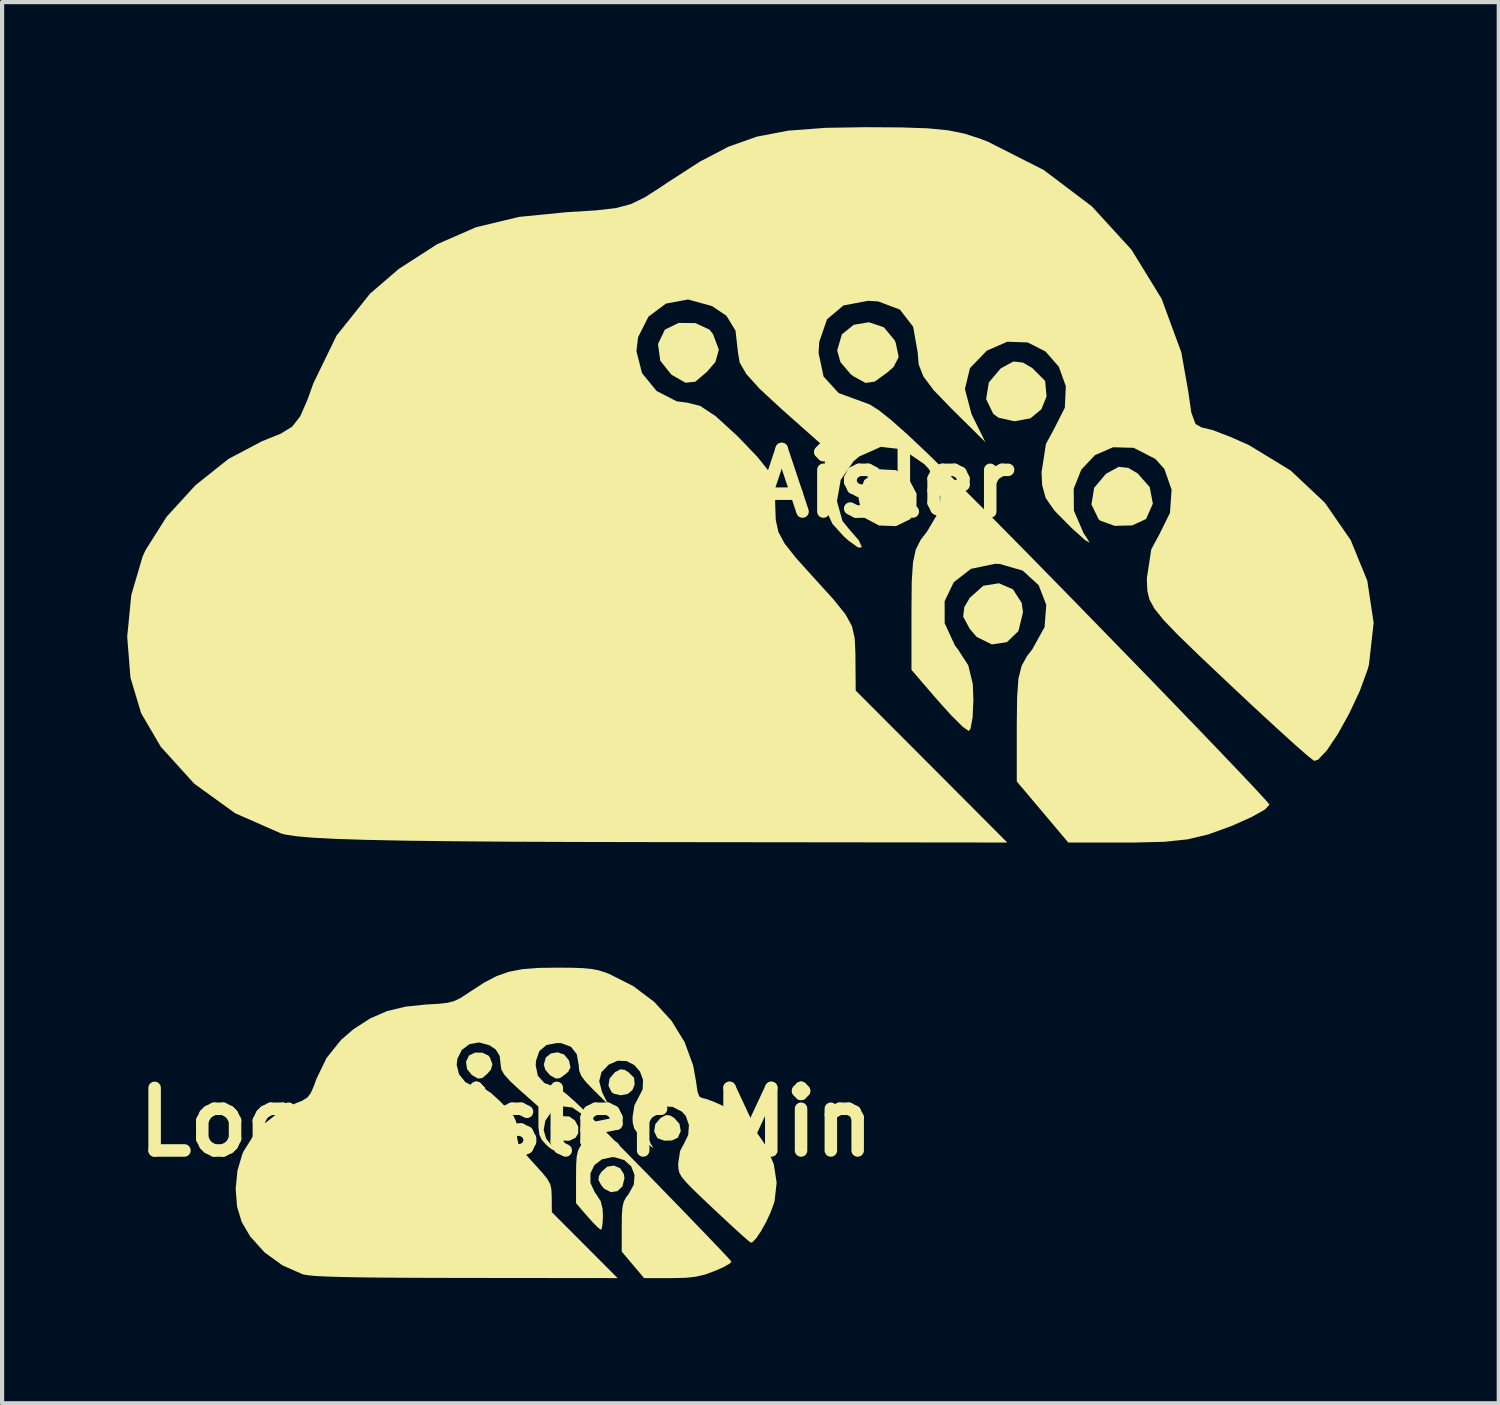
<source format=kicad_pcb>
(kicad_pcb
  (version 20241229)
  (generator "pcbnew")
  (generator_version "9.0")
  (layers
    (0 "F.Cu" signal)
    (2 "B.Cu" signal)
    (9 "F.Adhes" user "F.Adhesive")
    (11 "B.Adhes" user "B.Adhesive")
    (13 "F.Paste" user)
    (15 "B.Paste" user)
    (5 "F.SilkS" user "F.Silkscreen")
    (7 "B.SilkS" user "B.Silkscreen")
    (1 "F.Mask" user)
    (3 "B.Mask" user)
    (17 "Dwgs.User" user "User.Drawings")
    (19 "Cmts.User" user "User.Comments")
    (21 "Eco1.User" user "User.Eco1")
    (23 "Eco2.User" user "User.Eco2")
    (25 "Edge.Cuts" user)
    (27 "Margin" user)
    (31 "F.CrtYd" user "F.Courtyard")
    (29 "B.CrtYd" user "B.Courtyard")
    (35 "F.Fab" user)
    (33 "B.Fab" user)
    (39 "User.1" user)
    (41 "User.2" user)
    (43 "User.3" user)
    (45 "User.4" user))
  (footprint "Logo Aisler Min"
    (layer "F.Cu")
    (at 9.086 23.857)
    (property "Reference" "Logo Aisler Min" (at 0 0 0) (layer "F.SilkS") (effects (font (size 1.5 1.5) (thickness 0.3))))
    (attr exclude_from_pos_files exclude_from_bom allow_missing_courtyard)
    (fp_poly (pts (xy 1.515 -0.136) (xy 1.65 -0.04) (xy 1.729 0.108) (xy 1.728 0.269) (xy 1.663 0.374) (xy 1.515 0.446) (xy 1.338 0.44) (xy 1.191 0.361) (xy 1.156 0.314) (xy 1.122 0.136) (xy 1.185 -0.032) (xy 1.324 -0.139) (xy 1.344 -0.145)) (stroke (width 0) (type solid)) (fill yes) (layer "F.SilkS"))
    (fp_poly (pts (xy 2.732 1.104) (xy 2.824 1.247) (xy 2.837 1.343) (xy 2.789 1.539) (xy 2.669 1.654) (xy 2.513 1.678) (xy 2.354 1.599) (xy 2.283 1.515) (xy 2.214 1.389) (xy 2.225 1.29) (xy 2.283 1.193) (xy 2.424 1.067) (xy 2.586 1.041)) (stroke (width 0) (type solid)) (fill yes) (layer "F.SilkS"))
    (fp_poly (pts (xy -0.573 -1.667) (xy -0.428 -1.599) (xy -0.389 -1.551) (xy -0.329 -1.39) (xy -0.364 -1.262) (xy -0.451 -1.16) (xy -0.574 -1.056) (xy -0.676 -1.046) (xy -0.814 -1.125) (xy -0.824 -1.132) (xy -0.938 -1.275) (xy -0.962 -1.449) (xy -0.89 -1.599) (xy -0.747 -1.668)) (stroke (width 0) (type solid)) (fill yes) (layer "F.SilkS"))
    (fp_poly (pts (xy 2.836 -1.256) (xy 2.933 -1.199) (xy 3.067 -1.065) (xy 3.082 -0.904) (xy 3.028 -0.769) (xy 2.914 -0.676) (xy 2.745 -0.645) (xy 2.581 -0.683) (xy 2.527 -0.722) (xy 2.453 -0.875) (xy 2.481 -1.048) (xy 2.603 -1.193) (xy 2.611 -1.199) (xy 2.737 -1.267)) (stroke (width 0) (type solid)) (fill yes) (layer "F.SilkS"))
    (fp_poly (pts (xy 1.389 -1.623) (xy 1.502 -1.487) (xy 1.512 -1.46) (xy 1.543 -1.314) (xy 1.489 -1.21) (xy 1.426 -1.154) (xy 1.294 -1.058) (xy 1.198 -1.044) (xy 1.08 -1.108) (xy 1.046 -1.132) (xy 0.937 -1.26) (xy 0.903 -1.382) (xy 0.952 -1.55) (xy 1.075 -1.649) (xy 1.234 -1.675)) (stroke (width 0) (type solid)) (fill yes) (layer "F.SilkS"))
    (fp_poly (pts (xy 3.932 -0.16) (xy 4.029 -0.103) (xy 4.155 0.04) (xy 4.188 0.212) (xy 4.119 0.367) (xy 4.113 0.374) (xy 3.973 0.439) (xy 3.792 0.443) (xy 3.64 0.389) (xy 3.623 0.374) (xy 3.549 0.221) (xy 3.577 0.048) (xy 3.698 -0.097) (xy 3.707 -0.103) (xy 3.833 -0.171)) (stroke (width 0) (type solid)) (fill yes) (layer "F.SilkS"))
    (fp_poly (pts (xy 1.569 -3.703) (xy 1.846 -3.693) (xy 2.055 -3.673) (xy 2.226 -3.639) (xy 2.387 -3.587) (xy 2.472 -3.554) (xy 3.052 -3.26) (xy 3.553 -2.882) (xy 3.966 -2.43) (xy 4.279 -1.92) (xy 4.484 -1.362) (xy 4.556 -0.96) (xy 4.588 -0.735) (xy 4.632 -0.616) (xy 4.696 -0.58) (xy 4.699 -0.58) (xy 4.808 -0.554) (xy 4.991 -0.485) (xy 5.19 -0.396) (xy 5.622 -0.132) (xy 5.978 0.203) (xy 6.247 0.591) (xy 6.419 1.014) (xy 6.486 1.452) (xy 6.437 1.888) (xy 6.421 1.944) (xy 6.341 2.163) (xy 6.233 2.395) (xy 6.113 2.61) (xy 5.998 2.781) (xy 5.906 2.878) (xy 5.867 2.889) (xy 5.803 2.84) (xy 5.663 2.717) (xy 5.461 2.534) (xy 5.214 2.305) (xy 4.967 2.074) (xy 4.668 1.791) (xy 4.45 1.579) (xy 4.3 1.423) (xy 4.205 1.306) (xy 4.153 1.211) (xy 4.131 1.122) (xy 4.126 1.023) (xy 4.126 0.988) (xy 4.172 0.687) (xy 4.255 0.533) (xy 4.366 0.309) (xy 4.383 0.067) (xy 4.307 -0.149) (xy 4.214 -0.253) (xy 3.989 -0.368) (xy 3.774 -0.375) (xy 3.586 -0.293) (xy 3.443 -0.142) (xy 3.364 0.057) (xy 3.366 0.285) (xy 3.468 0.521) (xy 3.492 0.555) (xy 3.53 0.619) (xy 3.484 0.592) (xy 3.357 0.479) (xy 3.331 0.454) (xy 3.164 0.284) (xy 3.073 0.154) (xy 3.036 0.019) (xy 3.03 -0.116) (xy 3.076 -0.408) (xy 3.159 -0.563) (xy 3.272 -0.786) (xy 3.283 -1.01) (xy 3.21 -1.212) (xy 3.071 -1.371) (xy 2.886 -1.465) (xy 2.673 -1.473) (xy 2.46 -1.38) (xy 2.285 -1.198) (xy 2.232 -0.981) (xy 2.3 -0.722) (xy 2.316 -0.688) (xy 2.445 -0.428) (xy 2.093 -0.776) (xy 1.907 -0.969) (xy 1.8 -1.112) (xy 1.751 -1.238) (xy 1.741 -1.361) (xy 1.694 -1.629) (xy 1.555 -1.807) (xy 1.33 -1.892) (xy 1.225 -1.899) (xy 0.968 -1.85) (xy 0.797 -1.706) (xy 0.716 -1.47) (xy 0.709 -1.357) (xy 0.762 -1.11) (xy 0.919 -0.938) (xy 1.177 -0.844) (xy 1.244 -0.819) (xy 1.337 -0.759) (xy 1.465 -0.658) (xy 1.635 -0.507) (xy 1.855 -0.299) (xy 2.132 -0.027) (xy 2.475 0.316) (xy 2.891 0.737) (xy 3.385 1.241) (xy 3.8 1.668) (xy 4.188 2.067) (xy 4.537 2.429) (xy 4.84 2.744) (xy 5.087 3.002) (xy 5.269 3.195) (xy 5.376 3.312) (xy 5.402 3.345) (xy 5.356 3.394) (xy 5.218 3.472) (xy 5.017 3.562) (xy 4.998 3.57) (xy 4.766 3.654) (xy 4.552 3.705) (xy 4.31 3.731) (xy 3.994 3.739) (xy 3.942 3.739) (xy 3.308 3.739) (xy 3.04 3.421) (xy 2.772 3.104) (xy 2.772 2.512) (xy 2.775 2.224) (xy 2.79 2.032) (xy 2.822 1.901) (xy 2.879 1.797) (xy 2.933 1.729) (xy 3.061 1.498) (xy 3.079 1.265) (xy 2.999 1.06) (xy 2.833 0.909) (xy 2.594 0.84) (xy 2.546 0.838) (xy 2.296 0.891) (xy 2.116 1.03) (xy 2.021 1.228) (xy 2.022 1.457) (xy 2.13 1.691) (xy 2.16 1.729) (xy 2.267 1.895) (xy 2.314 2.089) (xy 2.321 2.25) (xy 2.312 2.436) (xy 2.29 2.555) (xy 2.272 2.579) (xy 2.209 2.533) (xy 2.089 2.415) (xy 1.95 2.26) (xy 1.676 1.942) (xy 1.676 1.319) (xy 1.679 1.024) (xy 1.692 0.825) (xy 1.721 0.691) (xy 1.772 0.588) (xy 1.837 0.504) (xy 1.971 0.278) (xy 1.978 0.063) (xy 1.857 -0.149) (xy 1.81 -0.198) (xy 1.587 -0.352) (xy 1.358 -0.379) (xy 1.133 -0.279) (xy 1.073 -0.229) (xy 0.94 -0.035) (xy 0.9 0.187) (xy 0.958 0.392) (xy 1.031 0.484) (xy 1.128 0.593) (xy 1.16 0.667) (xy 1.12 0.669) (xy 1.02 0.596) (xy 0.967 0.548) (xy 0.854 0.423) (xy 0.796 0.296) (xy 0.775 0.116) (xy 0.774 -0.005) (xy 0.774 -0.374) (xy 0.322 -0.774) (xy 0.097 -0.982) (xy -0.042 -1.136) (xy -0.112 -1.256) (xy -0.129 -1.355) (xy -0.155 -1.588) (xy -0.25 -1.743) (xy -0.399 -1.844) (xy -0.649 -1.912) (xy -0.879 -1.87) (xy -1.061 -1.734) (xy -1.169 -1.52) (xy -1.186 -1.374) (xy -1.128 -1.146) (xy -0.977 -0.96) (xy -0.767 -0.852) (xy -0.655 -0.838) (xy -0.524 -0.805) (xy -0.361 -0.698) (xy -0.146 -0.501) (xy -0.111 -0.466) (xy 0.073 -0.275) (xy 0.183 -0.137) (xy 0.238 -0.017) (xy 0.257 0.12) (xy 0.258 0.228) (xy 0.264 0.383) (xy 0.291 0.507) (xy 0.357 0.629) (xy 0.479 0.782) (xy 0.672 0.997) (xy 0.674 0.999) (xy 0.868 1.213) (xy 0.99 1.365) (xy 1.057 1.487) (xy 1.085 1.613) (xy 1.093 1.773) (xy 1.093 1.804) (xy 1.096 2.158) (xy 1.885 2.948) (xy 2.673 3.739) (xy -0.968 3.735) (xy -1.796 3.733) (xy -2.503 3.73) (xy -3.1 3.726) (xy -3.594 3.719) (xy -3.995 3.711) (xy -4.311 3.701) (xy -4.552 3.689) (xy -4.726 3.673) (xy -4.842 3.656) (xy -4.881 3.646) (xy -5.362 3.434) (xy -5.789 3.126) (xy -6.136 2.742) (xy -6.341 2.393) (xy -6.452 2.024) (xy -6.485 1.598) (xy -6.443 1.163) (xy -6.325 0.763) (xy -6.295 0.697) (xy -6.076 0.349) (xy -5.775 0.021) (xy -5.432 -0.253) (xy -5.082 -0.438) (xy -5.078 -0.439) (xy -4.89 -0.514) (xy -4.769 -0.589) (xy -4.685 -0.697) (xy -4.609 -0.871) (xy -4.548 -1.04) (xy -4.307 -1.537) (xy -3.959 -1.972) (xy -3.661 -2.229) (xy -3.259 -2.488) (xy -2.855 -2.664) (xy -2.409 -2.771) (xy -1.905 -2.822) (xy -1.608 -2.839) (xy -1.401 -2.863) (xy -1.244 -2.905) (xy -1.098 -2.975) (xy -0.925 -3.087) (xy -0.863 -3.129) (xy -0.526 -3.347) (xy -0.228 -3.503) (xy 0.067 -3.607) (xy 0.392 -3.669) (xy 0.782 -3.699) (xy 1.193 -3.705)) (stroke (width 0) (type solid)) (fill yes) (layer "F.SilkS")))
  (footprint "Logo Aisler"
    (layer "F.Cu")
    (at 14.943 8.537)
    (property "Reference" "Logo Aisler" (at 0 0 0) (layer "F.SilkS") (effects (font (size 1.5 1.5) (thickness 0.3))))
    (attr exclude_from_pos_files exclude_from_bom allow_missing_courtyard)
    (fp_poly (pts (xy 3.49 -0.314) (xy 3.803 -0.092) (xy 3.984 0.248) (xy 3.98 0.619) (xy 3.832 0.862) (xy 3.49 1.028) (xy 3.082 1.013) (xy 2.744 0.832) (xy 2.664 0.724) (xy 2.585 0.313) (xy 2.73 -0.074) (xy 3.051 -0.32) (xy 3.097 -0.334)) (stroke (width 0) (type solid)) (fill yes) (layer "F.SilkS"))
    (fp_poly (pts (xy 6.296 2.544) (xy 6.506 2.872) (xy 6.536 3.095) (xy 6.426 3.545) (xy 6.151 3.81) (xy 5.79 3.865) (xy 5.425 3.685) (xy 5.259 3.491) (xy 5.102 3.2) (xy 5.128 2.971) (xy 5.259 2.748) (xy 5.584 2.458) (xy 5.959 2.398)) (stroke (width 0) (type solid)) (fill yes) (layer "F.SilkS"))
    (fp_poly (pts (xy -1.32 -3.84) (xy -0.985 -3.685) (xy -0.896 -3.575) (xy -0.757 -3.203) (xy -0.839 -2.907) (xy -1.04 -2.674) (xy -1.322 -2.434) (xy -1.556 -2.41) (xy -1.875 -2.592) (xy -1.898 -2.608) (xy -2.161 -2.937) (xy -2.216 -3.338) (xy -2.05 -3.684) (xy -1.721 -3.844)) (stroke (width 0) (type solid)) (fill yes) (layer "F.SilkS"))
    (fp_poly (pts (xy 6.535 -2.893) (xy 6.758 -2.762) (xy 7.067 -2.453) (xy 7.101 -2.082) (xy 6.976 -1.773) (xy 6.714 -1.556) (xy 6.325 -1.486) (xy 5.947 -1.573) (xy 5.823 -1.664) (xy 5.652 -2.017) (xy 5.716 -2.415) (xy 5.997 -2.749) (xy 6.016 -2.762) (xy 6.307 -2.919)) (stroke (width 0) (type solid)) (fill yes) (layer "F.SilkS"))
    (fp_poly (pts (xy 3.2 -3.739) (xy 3.46 -3.426) (xy 3.485 -3.364) (xy 3.556 -3.027) (xy 3.432 -2.788) (xy 3.286 -2.658) (xy 2.981 -2.437) (xy 2.761 -2.405) (xy 2.488 -2.554) (xy 2.41 -2.608) (xy 2.159 -2.904) (xy 2.08 -3.184) (xy 2.194 -3.571) (xy 2.478 -3.8) (xy 2.843 -3.86)) (stroke (width 0) (type solid)) (fill yes) (layer "F.SilkS"))
    (fp_poly (pts (xy 9.06 -0.368) (xy 9.284 -0.236) (xy 9.574 0.091) (xy 9.65 0.489) (xy 9.491 0.847) (xy 9.477 0.862) (xy 9.155 1.011) (xy 8.736 1.022) (xy 8.387 0.896) (xy 8.348 0.862) (xy 8.177 0.508) (xy 8.242 0.11) (xy 8.522 -0.223) (xy 8.541 -0.236) (xy 8.832 -0.394)) (stroke (width 0) (type solid)) (fill yes) (layer "F.SilkS"))
    (fp_poly (pts (xy 3.615 -8.532) (xy 4.254 -8.51) (xy 4.735 -8.463) (xy 5.128 -8.384) (xy 5.501 -8.264) (xy 5.695 -8.189) (xy 7.031 -7.512) (xy 8.187 -6.639) (xy 9.137 -5.6) (xy 9.86 -4.423) (xy 10.332 -3.139) (xy 10.497 -2.212) (xy 10.572 -1.694) (xy 10.673 -1.42) (xy 10.82 -1.337) (xy 10.827 -1.337) (xy 11.079 -1.276) (xy 11.5 -1.116) (xy 11.957 -0.913) (xy 12.954 -0.305) (xy 13.774 0.467) (xy 14.393 1.362) (xy 14.791 2.336) (xy 14.944 3.346) (xy 14.831 4.351) (xy 14.795 4.479) (xy 14.61 4.984) (xy 14.36 5.517) (xy 14.085 6.013) (xy 13.821 6.407) (xy 13.608 6.631) (xy 13.518 6.657) (xy 13.371 6.544) (xy 13.047 6.26) (xy 12.582 5.838) (xy 12.013 5.312) (xy 11.445 4.779) (xy 10.755 4.126) (xy 10.252 3.638) (xy 9.907 3.279) (xy 9.689 3.009) (xy 9.569 2.79) (xy 9.518 2.586) (xy 9.507 2.357) (xy 9.506 2.277) (xy 9.612 1.584) (xy 9.804 1.229) (xy 10.06 0.711) (xy 10.099 0.154) (xy 9.925 -0.344) (xy 9.709 -0.583) (xy 9.191 -0.849) (xy 8.695 -0.863) (xy 8.262 -0.674) (xy 7.934 -0.327) (xy 7.752 0.132) (xy 7.757 0.657) (xy 7.99 1.201) (xy 8.046 1.28) (xy 8.135 1.426) (xy 8.027 1.365) (xy 7.735 1.103) (xy 7.675 1.046) (xy 7.289 0.655) (xy 7.08 0.354) (xy 6.995 0.045) (xy 6.981 -0.267) (xy 7.086 -0.941) (xy 7.278 -1.296) (xy 7.539 -1.812) (xy 7.563 -2.327) (xy 7.395 -2.793) (xy 7.076 -3.159) (xy 6.65 -3.376) (xy 6.158 -3.393) (xy 5.668 -3.179) (xy 5.265 -2.761) (xy 5.143 -2.26) (xy 5.3 -1.663) (xy 5.337 -1.585) (xy 5.634 -0.986) (xy 4.822 -1.788) (xy 4.394 -2.232) (xy 4.147 -2.561) (xy 4.034 -2.851) (xy 4.011 -3.135) (xy 3.902 -3.753) (xy 3.584 -4.164) (xy 3.064 -4.36) (xy 2.822 -4.375) (xy 2.23 -4.263) (xy 1.837 -3.931) (xy 1.65 -3.388) (xy 1.634 -3.126) (xy 1.755 -2.557) (xy 2.116 -2.162) (xy 2.711 -1.945) (xy 2.866 -1.887) (xy 3.082 -1.749) (xy 3.376 -1.515) (xy 3.768 -1.167) (xy 4.274 -0.689) (xy 4.913 -0.063) (xy 5.703 0.727) (xy 6.662 1.699) (xy 7.798 2.86) (xy 8.756 3.843) (xy 9.649 4.762) (xy 10.454 5.596) (xy 11.152 6.322) (xy 11.721 6.918) (xy 12.139 7.362) (xy 12.386 7.632) (xy 12.446 7.706) (xy 12.341 7.821) (xy 12.024 8) (xy 11.56 8.208) (xy 11.516 8.226) (xy 10.98 8.42) (xy 10.488 8.538) (xy 9.932 8.597) (xy 9.202 8.615) (xy 9.083 8.615) (xy 7.622 8.615) (xy 7.005 7.883) (xy 6.387 7.151) (xy 6.387 5.788) (xy 6.395 5.125) (xy 6.427 4.682) (xy 6.502 4.38) (xy 6.634 4.142) (xy 6.758 3.983) (xy 7.053 3.45) (xy 7.094 2.915) (xy 6.91 2.442) (xy 6.528 2.094) (xy 5.976 1.935) (xy 5.867 1.931) (xy 5.289 2.052) (xy 4.876 2.373) (xy 4.657 2.829) (xy 4.658 3.358) (xy 4.907 3.896) (xy 4.976 3.983) (xy 5.224 4.366) (xy 5.332 4.813) (xy 5.347 5.183) (xy 5.328 5.612) (xy 5.277 5.887) (xy 5.236 5.941) (xy 5.089 5.837) (xy 4.814 5.564) (xy 4.493 5.208) (xy 3.862 4.475) (xy 3.862 3.039) (xy 3.868 2.359) (xy 3.898 1.901) (xy 3.964 1.592) (xy 4.083 1.356) (xy 4.233 1.161) (xy 4.542 0.64) (xy 4.558 0.146) (xy 4.278 -0.342) (xy 4.17 -0.457) (xy 3.656 -0.811) (xy 3.128 -0.873) (xy 2.61 -0.642) (xy 2.473 -0.527) (xy 2.165 -0.08) (xy 2.075 0.43) (xy 2.207 0.904) (xy 2.377 1.114) (xy 2.599 1.367) (xy 2.674 1.536) (xy 2.582 1.541) (xy 2.349 1.373) (xy 2.228 1.263) (xy 1.967 0.975) (xy 1.833 0.682) (xy 1.786 0.267) (xy 1.782 -0.012) (xy 1.782 -0.861) (xy 0.743 -1.782) (xy 0.223 -2.263) (xy -0.097 -2.617) (xy -0.257 -2.895) (xy -0.297 -3.122) (xy -0.357 -3.659) (xy -0.575 -4.016) (xy -0.92 -4.248) (xy -1.494 -4.406) (xy -2.024 -4.308) (xy -2.445 -3.994) (xy -2.693 -3.502) (xy -2.733 -3.167) (xy -2.599 -2.641) (xy -2.251 -2.213) (xy -1.767 -1.964) (xy -1.51 -1.931) (xy -1.206 -1.855) (xy -0.831 -1.607) (xy -0.337 -1.155) (xy -0.255 -1.073) (xy 0.168 -0.632) (xy 0.421 -0.316) (xy 0.548 -0.04) (xy 0.591 0.278) (xy 0.595 0.524) (xy 0.608 0.883) (xy 0.671 1.168) (xy 0.823 1.45) (xy 1.103 1.803) (xy 1.549 2.297) (xy 1.554 2.302) (xy 2 2.794) (xy 2.28 3.144) (xy 2.435 3.427) (xy 2.501 3.716) (xy 2.518 4.086) (xy 2.518 4.157) (xy 2.525 4.972) (xy 4.343 6.793) (xy 6.16 8.615) (xy -2.23 8.605) (xy -4.138 8.601) (xy -5.768 8.595) (xy -7.143 8.584) (xy -8.281 8.57) (xy -9.205 8.551) (xy -9.934 8.528) (xy -10.488 8.499) (xy -10.889 8.464) (xy -11.156 8.423) (xy -11.246 8.4) (xy -12.356 7.912) (xy -13.338 7.202) (xy -14.138 6.318) (xy -14.609 5.514) (xy -14.865 4.662) (xy -14.943 3.682) (xy -14.845 2.679) (xy -14.574 1.759) (xy -14.505 1.606) (xy -13.999 0.805) (xy -13.307 0.048) (xy -12.515 -0.583) (xy -11.71 -1.008) (xy -11.701 -1.012) (xy -11.267 -1.185) (xy -10.987 -1.357) (xy -10.794 -1.605) (xy -10.619 -2.007) (xy -10.479 -2.397) (xy -9.923 -3.541) (xy -9.121 -4.545) (xy -8.435 -5.136) (xy -7.509 -5.733) (xy -6.578 -6.139) (xy -5.55 -6.386) (xy -4.389 -6.501) (xy -3.705 -6.542) (xy -3.227 -6.597) (xy -2.866 -6.693) (xy -2.531 -6.856) (xy -2.131 -7.113) (xy -1.989 -7.21) (xy -1.213 -7.711) (xy -0.524 -8.071) (xy 0.155 -8.311) (xy 0.904 -8.454) (xy 1.802 -8.522) (xy 2.748 -8.537)) (stroke (width 0) (type solid)) (fill yes) (layer "F.SilkS")))
  (gr_rect
    (start -3 -3)
    (end 32.887 30.597)
    (stroke (width 0.1) (type default))
    (fill no)
    (layer "Edge.Cuts")))
</source>
